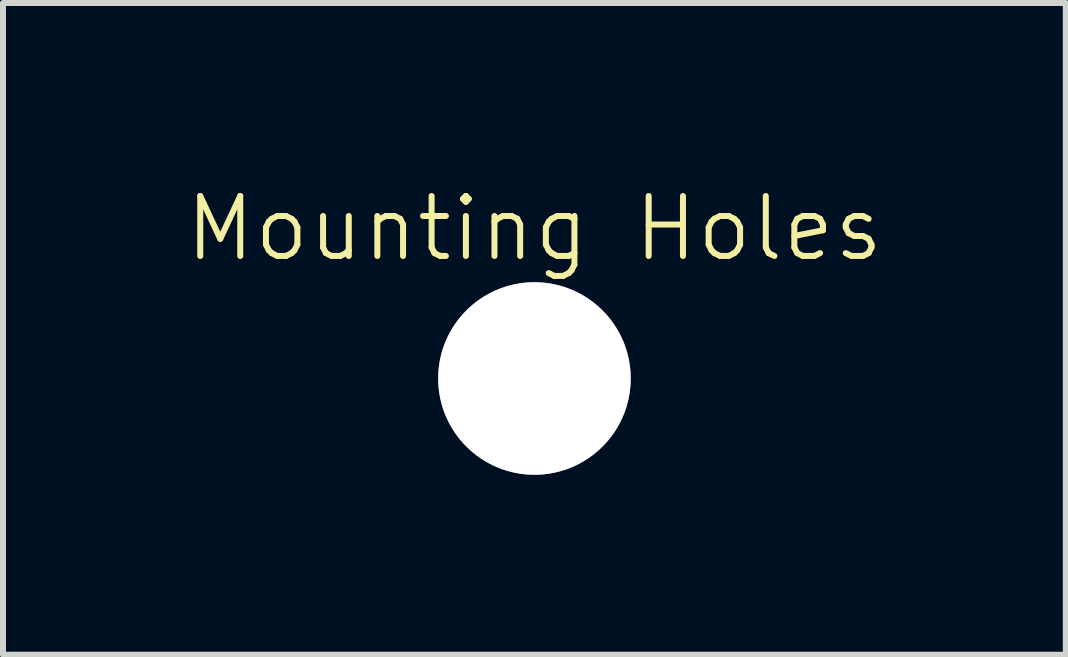
<source format=kicad_pcb>
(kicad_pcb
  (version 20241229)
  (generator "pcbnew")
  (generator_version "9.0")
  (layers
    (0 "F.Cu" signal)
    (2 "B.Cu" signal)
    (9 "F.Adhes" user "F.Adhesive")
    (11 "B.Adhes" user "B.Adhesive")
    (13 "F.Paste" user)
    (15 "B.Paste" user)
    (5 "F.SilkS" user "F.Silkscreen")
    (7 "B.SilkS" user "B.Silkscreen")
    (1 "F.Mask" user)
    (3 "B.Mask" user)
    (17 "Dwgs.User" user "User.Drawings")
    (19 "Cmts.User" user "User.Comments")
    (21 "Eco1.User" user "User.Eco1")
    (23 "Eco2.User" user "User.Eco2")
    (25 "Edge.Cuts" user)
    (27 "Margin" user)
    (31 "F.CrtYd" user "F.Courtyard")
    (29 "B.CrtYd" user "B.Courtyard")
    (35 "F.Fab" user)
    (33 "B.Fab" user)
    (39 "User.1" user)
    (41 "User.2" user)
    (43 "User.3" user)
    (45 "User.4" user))
  (footprint "Mounting Holes"
    (layer "F.Cu")
    (at 5.86 3.26)
    (property "Reference" "Mounting Holes" (at 0 -2.5 0) (unlocked yes) (layer "F.SilkS") (effects (font (size 1 1) (thickness 0.1))))
    (attr through_hole)
    (pad "1" thru_hole circle (at 0 0) (size 3.21 3.21) (drill 3.21) (layers "*.Cu" "*.Mask")))
  (gr_rect
    (start -3 -3)
    (end 14.719 7.865)
    (stroke (width 0.1) (type default))
    (fill no)
    (layer "Edge.Cuts")))
</source>
